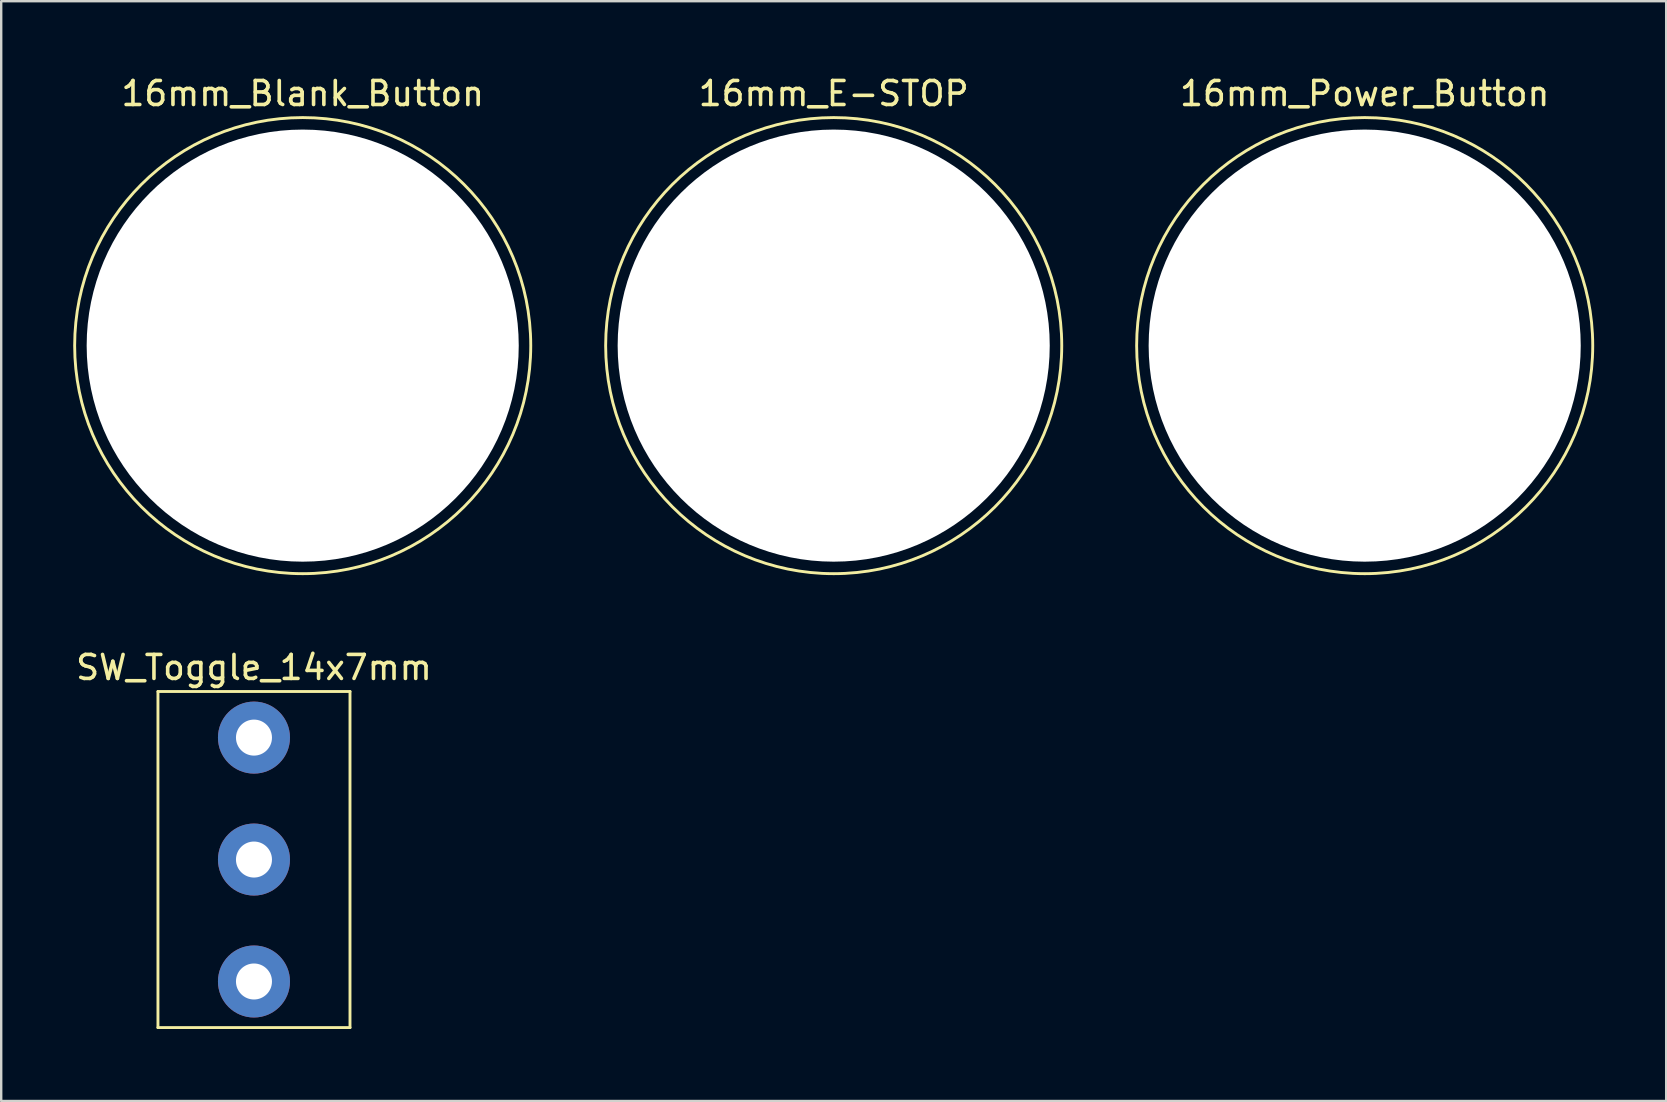
<source format=kicad_pcb>
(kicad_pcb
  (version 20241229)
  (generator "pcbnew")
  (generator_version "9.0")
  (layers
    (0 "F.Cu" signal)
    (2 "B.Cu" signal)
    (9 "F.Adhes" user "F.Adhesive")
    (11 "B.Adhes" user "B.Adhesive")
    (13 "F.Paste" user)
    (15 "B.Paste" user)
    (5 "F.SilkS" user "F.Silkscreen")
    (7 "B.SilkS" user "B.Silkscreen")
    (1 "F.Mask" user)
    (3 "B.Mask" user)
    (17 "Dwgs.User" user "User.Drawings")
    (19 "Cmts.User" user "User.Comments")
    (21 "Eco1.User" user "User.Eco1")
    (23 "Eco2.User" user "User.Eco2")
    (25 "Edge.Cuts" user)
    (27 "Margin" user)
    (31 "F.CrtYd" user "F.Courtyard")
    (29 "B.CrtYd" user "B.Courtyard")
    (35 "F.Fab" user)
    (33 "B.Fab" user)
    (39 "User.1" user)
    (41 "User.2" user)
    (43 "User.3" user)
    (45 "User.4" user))
  (footprint "16mm_Blank_Button"
    (layer "F.Cu")
    (at 9.56 11.348)
    (property "Reference" "16mm_Blank_Button" (at 0 -10.5 0) (layer "F.SilkS") (effects (font (size 1 1) (thickness 0.15))))
    (attr through_hole)
    (fp_circle (center 0 0) (end 9.5 0) (stroke (width 0.12) (type solid)) (fill no) (layer "F.SilkS"))
    (pad "" np_thru_hole circle (at 0 0) (size 18 18) (drill 18) (layers "*.Cu" "*.Mask")))
  (footprint "16mm_Power_Button"
    (layer "F.Cu")
    (at 53.8 11.348)
    (property "Reference" "16mm_Power_Button" (at 0 -10.5 0) (layer "F.SilkS") (effects (font (size 1 1) (thickness 0.15))))
    (attr through_hole)
    (fp_circle (center 0 0) (end 9.5 0) (stroke (width 0.12) (type solid)) (fill no) (layer "F.SilkS"))
    (pad "" np_thru_hole circle (at 0 0) (size 18 18) (drill 18) (layers "*.Cu" "*.Mask")))
  (footprint "SW_Toggle_14x7mm"
    (layer "F.Cu")
    (at 7.53 32.757)
    (property "Reference" "SW_Toggle_14x7mm" (at 0 -8 0) (layer "F.SilkS") (effects (font (size 1 1) (thickness 0.15))))
    (attr through_hole)
    (fp_line (start -4 -7) (end 4 -7) (stroke (width 0.12) (type solid)) (layer "F.SilkS"))
    (fp_line (start -4 7) (end -4 -7) (stroke (width 0.12) (type solid)) (layer "F.SilkS"))
    (fp_line (start 4 -7) (end 4 7) (stroke (width 0.12) (type solid)) (layer "F.SilkS"))
    (fp_line (start 4 7) (end -4 7) (stroke (width 0.12) (type solid)) (layer "F.SilkS"))
    (pad "1" thru_hole circle (at 0 -5.08) (size 3 3) (drill 1.5) (layers "*.Cu" "*.Mask"))
    (pad "2" thru_hole circle (at 0 0) (size 3 3) (drill 1.5) (layers "*.Cu" "*.Mask"))
    (pad "3" thru_hole circle (at 0 5.08) (size 3 3) (drill 1.5) (layers "*.Cu" "*.Mask")))
  (footprint "16mm_E-STOP"
    (layer "F.Cu")
    (at 31.68 11.348)
    (property "Reference" "16mm_E-STOP" (at 0 -10.5 0) (layer "F.SilkS") (effects (font (size 1 1) (thickness 0.15))))
    (attr through_hole)
    (fp_circle (center 0 0) (end 9.5 0) (stroke (width 0.12) (type solid)) (fill no) (layer "F.SilkS"))
    (pad "" np_thru_hole circle (at 0 0) (size 18 18) (drill 18) (layers "*.Cu" "*.Mask")))
  (gr_rect
    (start -3 -3)
    (end 66.36 42.816)
    (stroke (width 0.1) (type default))
    (fill no)
    (layer "Edge.Cuts")))
</source>
